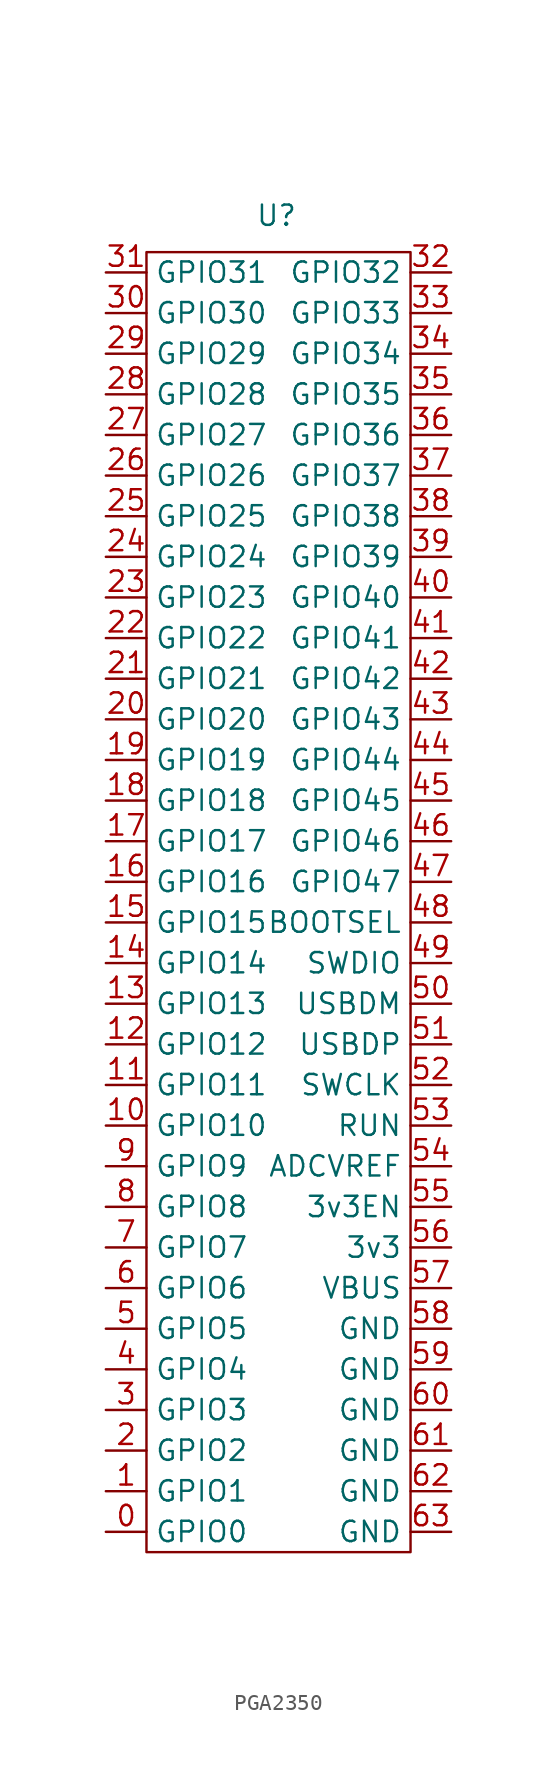
<source format=kicad_sym>
(kicad_symbol_lib
  (version 20241209)
  (generator "kicad_symbol_editor")
  (generator_version "9.0")
  (symbol "PGA2350"
    (property "Reference" "U"
      (at 10.668 82.296 0)
      (effects (font (size 1.27 1.27))))
    (property "Value" ""
      (at 0 0 0)
      (effects (font (size 1.27 1.27))))
    (symbol "PGA2350_0_0"
      (pin bidirectional line (at 0 78.74 0) (length 2.54) (name "GPIO31" (effects (font (size 1.27 1.27)))) (number "31" (effects (font (size 1.27 1.27)))))
      (pin bidirectional line (at 0 76.2 0) (length 2.54) (name "GPIO30" (effects (font (size 1.27 1.27)))) (number "30" (effects (font (size 1.27 1.27)))))
      (pin bidirectional line (at 0 73.66 0) (length 2.54) (name "GPIO29" (effects (font (size 1.27 1.27)))) (number "29" (effects (font (size 1.27 1.27)))))
      (pin bidirectional line (at 0 71.12 0) (length 2.54) (name "GPIO28" (effects (font (size 1.27 1.27)))) (number "28" (effects (font (size 1.27 1.27)))))
      (pin bidirectional line (at 0 68.58 0) (length 2.54) (name "GPIO27" (effects (font (size 1.27 1.27)))) (number "27" (effects (font (size 1.27 1.27)))))
      (pin bidirectional line (at 0 66.04 0) (length 2.54) (name "GPIO26" (effects (font (size 1.27 1.27)))) (number "26" (effects (font (size 1.27 1.27)))))
      (pin bidirectional line (at 0 63.5 0) (length 2.54) (name "GPIO25" (effects (font (size 1.27 1.27)))) (number "25" (effects (font (size 1.27 1.27)))))
      (pin bidirectional line (at 0 60.96 0) (length 2.54) (name "GPIO24" (effects (font (size 1.27 1.27)))) (number "24" (effects (font (size 1.27 1.27)))))
      (pin bidirectional line (at 0 58.42 0) (length 2.54) (name "GPIO23" (effects (font (size 1.27 1.27)))) (number "23" (effects (font (size 1.27 1.27)))))
      (pin bidirectional line (at 0 55.88 0) (length 2.54) (name "GPIO22" (effects (font (size 1.27 1.27)))) (number "22" (effects (font (size 1.27 1.27)))))
      (pin bidirectional line (at 0 53.34 0) (length 2.54) (name "GPIO21" (effects (font (size 1.27 1.27)))) (number "21" (effects (font (size 1.27 1.27)))))
      (pin bidirectional line (at 0 50.8 0) (length 2.54) (name "GPIO20" (effects (font (size 1.27 1.27)))) (number "20" (effects (font (size 1.27 1.27)))))
      (pin bidirectional line (at 0 48.26 0) (length 2.54) (name "GPIO19" (effects (font (size 1.27 1.27)))) (number "19" (effects (font (size 1.27 1.27)))))
      (pin bidirectional line (at 0 45.72 0) (length 2.54) (name "GPIO18" (effects (font (size 1.27 1.27)))) (number "18" (effects (font (size 1.27 1.27)))))
      (pin bidirectional line (at 0 43.18 0) (length 2.54) (name "GPIO17" (effects (font (size 1.27 1.27)))) (number "17" (effects (font (size 1.27 1.27)))))
      (pin bidirectional line (at 0 40.64 0) (length 2.54) (name "GPIO16" (effects (font (size 1.27 1.27)))) (number "16" (effects (font (size 1.27 1.27)))))
      (pin bidirectional line (at 0 38.1 0) (length 2.54) (name "GPIO15" (effects (font (size 1.27 1.27)))) (number "15" (effects (font (size 1.27 1.27)))))
      (pin bidirectional line (at 0 35.56 0) (length 2.54) (name "GPIO14" (effects (font (size 1.27 1.27)))) (number "14" (effects (font (size 1.27 1.27)))))
      (pin bidirectional line (at 0 33.02 0) (length 2.54) (name "GPIO13" (effects (font (size 1.27 1.27)))) (number "13" (effects (font (size 1.27 1.27)))))
      (pin bidirectional line (at 0 30.48 0) (length 2.54) (name "GPIO12" (effects (font (size 1.27 1.27)))) (number "12" (effects (font (size 1.27 1.27)))))
      (pin bidirectional line (at 0 27.94 0) (length 2.54) (name "GPIO11" (effects (font (size 1.27 1.27)))) (number "11" (effects (font (size 1.27 1.27)))))
      (pin bidirectional line (at 0 25.4 0) (length 2.54) (name "GPIO10" (effects (font (size 1.27 1.27)))) (number "10" (effects (font (size 1.27 1.27)))))
      (pin bidirectional line (at 0 22.86 0) (length 2.54) (name "GPIO9" (effects (font (size 1.27 1.27)))) (number "9" (effects (font (size 1.27 1.27)))))
      (pin bidirectional line (at 0 20.32 0) (length 2.54) (name "GPIO8" (effects (font (size 1.27 1.27)))) (number "8" (effects (font (size 1.27 1.27)))))
      (pin bidirectional line (at 0 17.78 0) (length 2.54) (name "GPIO7" (effects (font (size 1.27 1.27)))) (number "7" (effects (font (size 1.27 1.27)))))
      (pin bidirectional line (at 0 15.24 0) (length 2.54) (name "GPIO6" (effects (font (size 1.27 1.27)))) (number "6" (effects (font (size 1.27 1.27)))))
      (pin bidirectional line (at 0 12.7 0) (length 2.54) (name "GPIO5" (effects (font (size 1.27 1.27)))) (number "5" (effects (font (size 1.27 1.27)))))
      (pin bidirectional line (at 0 10.16 0) (length 2.54) (name "GPIO4" (effects (font (size 1.27 1.27)))) (number "4" (effects (font (size 1.27 1.27)))))
      (pin bidirectional line (at 0 7.62 0) (length 2.54) (name "GPIO3" (effects (font (size 1.27 1.27)))) (number "3" (effects (font (size 1.27 1.27)))))
      (pin bidirectional line (at 0 5.08 0) (length 2.54) (name "GPIO2" (effects (font (size 1.27 1.27)))) (number "2" (effects (font (size 1.27 1.27)))))
      (pin bidirectional line (at 0 2.54 0) (length 2.54) (name "GPIO1" (effects (font (size 1.27 1.27)))) (number "1" (effects (font (size 1.27 1.27)))))
      (pin bidirectional line (at 0 0 0) (length 2.54) (name "GPIO0" (effects (font (size 1.27 1.27)))) (number "0" (effects (font (size 1.27 1.27)))))
      (pin bidirectional line (at 21.59 78.74 180) (length 2.54) (name "GPIO32" (effects (font (size 1.27 1.27)))) (number "32" (effects (font (size 1.27 1.27)))))
      (pin bidirectional line (at 21.59 76.2 180) (length 2.54) (name "GPIO33" (effects (font (size 1.27 1.27)))) (number "33" (effects (font (size 1.27 1.27)))))
      (pin bidirectional line (at 21.59 73.66 180) (length 2.54) (name "GPIO34" (effects (font (size 1.27 1.27)))) (number "34" (effects (font (size 1.27 1.27)))))
      (pin bidirectional line (at 21.59 71.12 180) (length 2.54) (name "GPIO35" (effects (font (size 1.27 1.27)))) (number "35" (effects (font (size 1.27 1.27)))))
      (pin bidirectional line (at 21.59 68.58 180) (length 2.54) (name "GPIO36" (effects (font (size 1.27 1.27)))) (number "36" (effects (font (size 1.27 1.27)))))
      (pin bidirectional line (at 21.59 66.04 180) (length 2.54) (name "GPIO37" (effects (font (size 1.27 1.27)))) (number "37" (effects (font (size 1.27 1.27)))))
      (pin bidirectional line (at 21.59 63.5 180) (length 2.54) (name "GPIO38" (effects (font (size 1.27 1.27)))) (number "38" (effects (font (size 1.27 1.27)))))
      (pin bidirectional line (at 21.59 60.96 180) (length 2.54) (name "GPIO39" (effects (font (size 1.27 1.27)))) (number "39" (effects (font (size 1.27 1.27)))))
      (pin bidirectional line (at 21.59 58.42 180) (length 2.54) (name "GPIO40" (effects (font (size 1.27 1.27)))) (number "40" (effects (font (size 1.27 1.27)))))
      (pin bidirectional line (at 21.59 55.88 180) (length 2.54) (name "GPIO41" (effects (font (size 1.27 1.27)))) (number "41" (effects (font (size 1.27 1.27)))))
      (pin bidirectional line (at 21.59 53.34 180) (length 2.54) (name "GPIO42" (effects (font (size 1.27 1.27)))) (number "42" (effects (font (size 1.27 1.27)))))
      (pin bidirectional line (at 21.59 50.8 180) (length 2.54) (name "GPIO43" (effects (font (size 1.27 1.27)))) (number "43" (effects (font (size 1.27 1.27)))))
      (pin bidirectional line (at 21.59 48.26 180) (length 2.54) (name "GPIO44" (effects (font (size 1.27 1.27)))) (number "44" (effects (font (size 1.27 1.27)))))
      (pin bidirectional line (at 21.59 45.72 180) (length 2.54) (name "GPIO45" (effects (font (size 1.27 1.27)))) (number "45" (effects (font (size 1.27 1.27)))))
      (pin bidirectional line (at 21.59 43.18 180) (length 2.54) (name "GPIO46" (effects (font (size 1.27 1.27)))) (number "46" (effects (font (size 1.27 1.27)))))
      (pin bidirectional line (at 21.59 40.64 180) (length 2.54) (name "GPIO47" (effects (font (size 1.27 1.27)))) (number "47" (effects (font (size 1.27 1.27)))))
      (pin bidirectional line (at 21.59 38.1 180) (length 2.54) (name "BOOTSEL" (effects (font (size 1.27 1.27)))) (number "48" (effects (font (size 1.27 1.27)))))
      (pin bidirectional line (at 21.59 35.56 180) (length 2.54) (name "SWDIO" (effects (font (size 1.27 1.27)))) (number "49" (effects (font (size 1.27 1.27)))))
      (pin bidirectional line (at 21.59 33.02 180) (length 2.54) (name "USBDM" (effects (font (size 1.27 1.27)))) (number "50" (effects (font (size 1.27 1.27)))))
      (pin bidirectional line (at 21.59 30.48 180) (length 2.54) (name "USBDP" (effects (font (size 1.27 1.27)))) (number "51" (effects (font (size 1.27 1.27)))))
      (pin bidirectional line (at 21.59 27.94 180) (length 2.54) (name "SWCLK" (effects (font (size 1.27 1.27)))) (number "52" (effects (font (size 1.27 1.27)))))
      (pin passive line (at 21.59 22.86 180) (length 2.54) (name "ADCVREF" (effects (font (size 1.27 1.27)))) (number "54" (effects (font (size 1.27 1.27)))))
      (pin passive line (at 21.59 20.32 180) (length 2.54) (name "3v3EN" (effects (font (size 1.27 1.27)))) (number "55" (effects (font (size 1.27 1.27)))))
      (pin power_out line (at 21.59 17.78 180) (length 2.54) (name "3v3" (effects (font (size 1.27 1.27)))) (number "56" (effects (font (size 1.27 1.27)))))
      (pin power_in line (at 21.59 15.24 180) (length 2.54) (name "VBUS" (effects (font (size 1.27 1.27)))) (number "57" (effects (font (size 1.27 1.27)))))
      (pin power_out line (at 21.59 12.7 180) (length 2.54) (name "GND" (effects (font (size 1.27 1.27)))) (number "58" (effects (font (size 1.27 1.27)))))
      (pin power_out line (at 21.59 10.16 180) (length 2.54) (name "GND" (effects (font (size 1.27 1.27)))) (number "59" (effects (font (size 1.27 1.27)))))
      (pin power_out line (at 21.59 7.62 180) (length 2.54) (name "GND" (effects (font (size 1.27 1.27)))) (number "60" (effects (font (size 1.27 1.27)))))
      (pin power_out line (at 21.59 5.08 180) (length 2.54) (name "GND" (effects (font (size 1.27 1.27)))) (number "61" (effects (font (size 1.27 1.27)))))
      (pin power_out line (at 21.59 2.54 180) (length 2.54) (name "GND" (effects (font (size 1.27 1.27)))) (number "62" (effects (font (size 1.27 1.27)))))
      (pin power_out line (at 21.59 0 180) (length 2.54) (name "GND" (effects (font (size 1.27 1.27)))) (number "63" (effects (font (size 1.27 1.27))))))
    (symbol "PGA2350_0_1"
      (rectangle (start 2.54 80.01) (end 19.05 -1.27) (stroke (width 0) (type default)) (fill (type none))))
    (symbol "PGA2350_1_0"
      (pin passive line (at 21.59 25.4 180) (length 2.54) (name "RUN" (effects (font (size 1.27 1.27)))) (number "53" (effects (font (size 1.27 1.27))))))))
</source>
